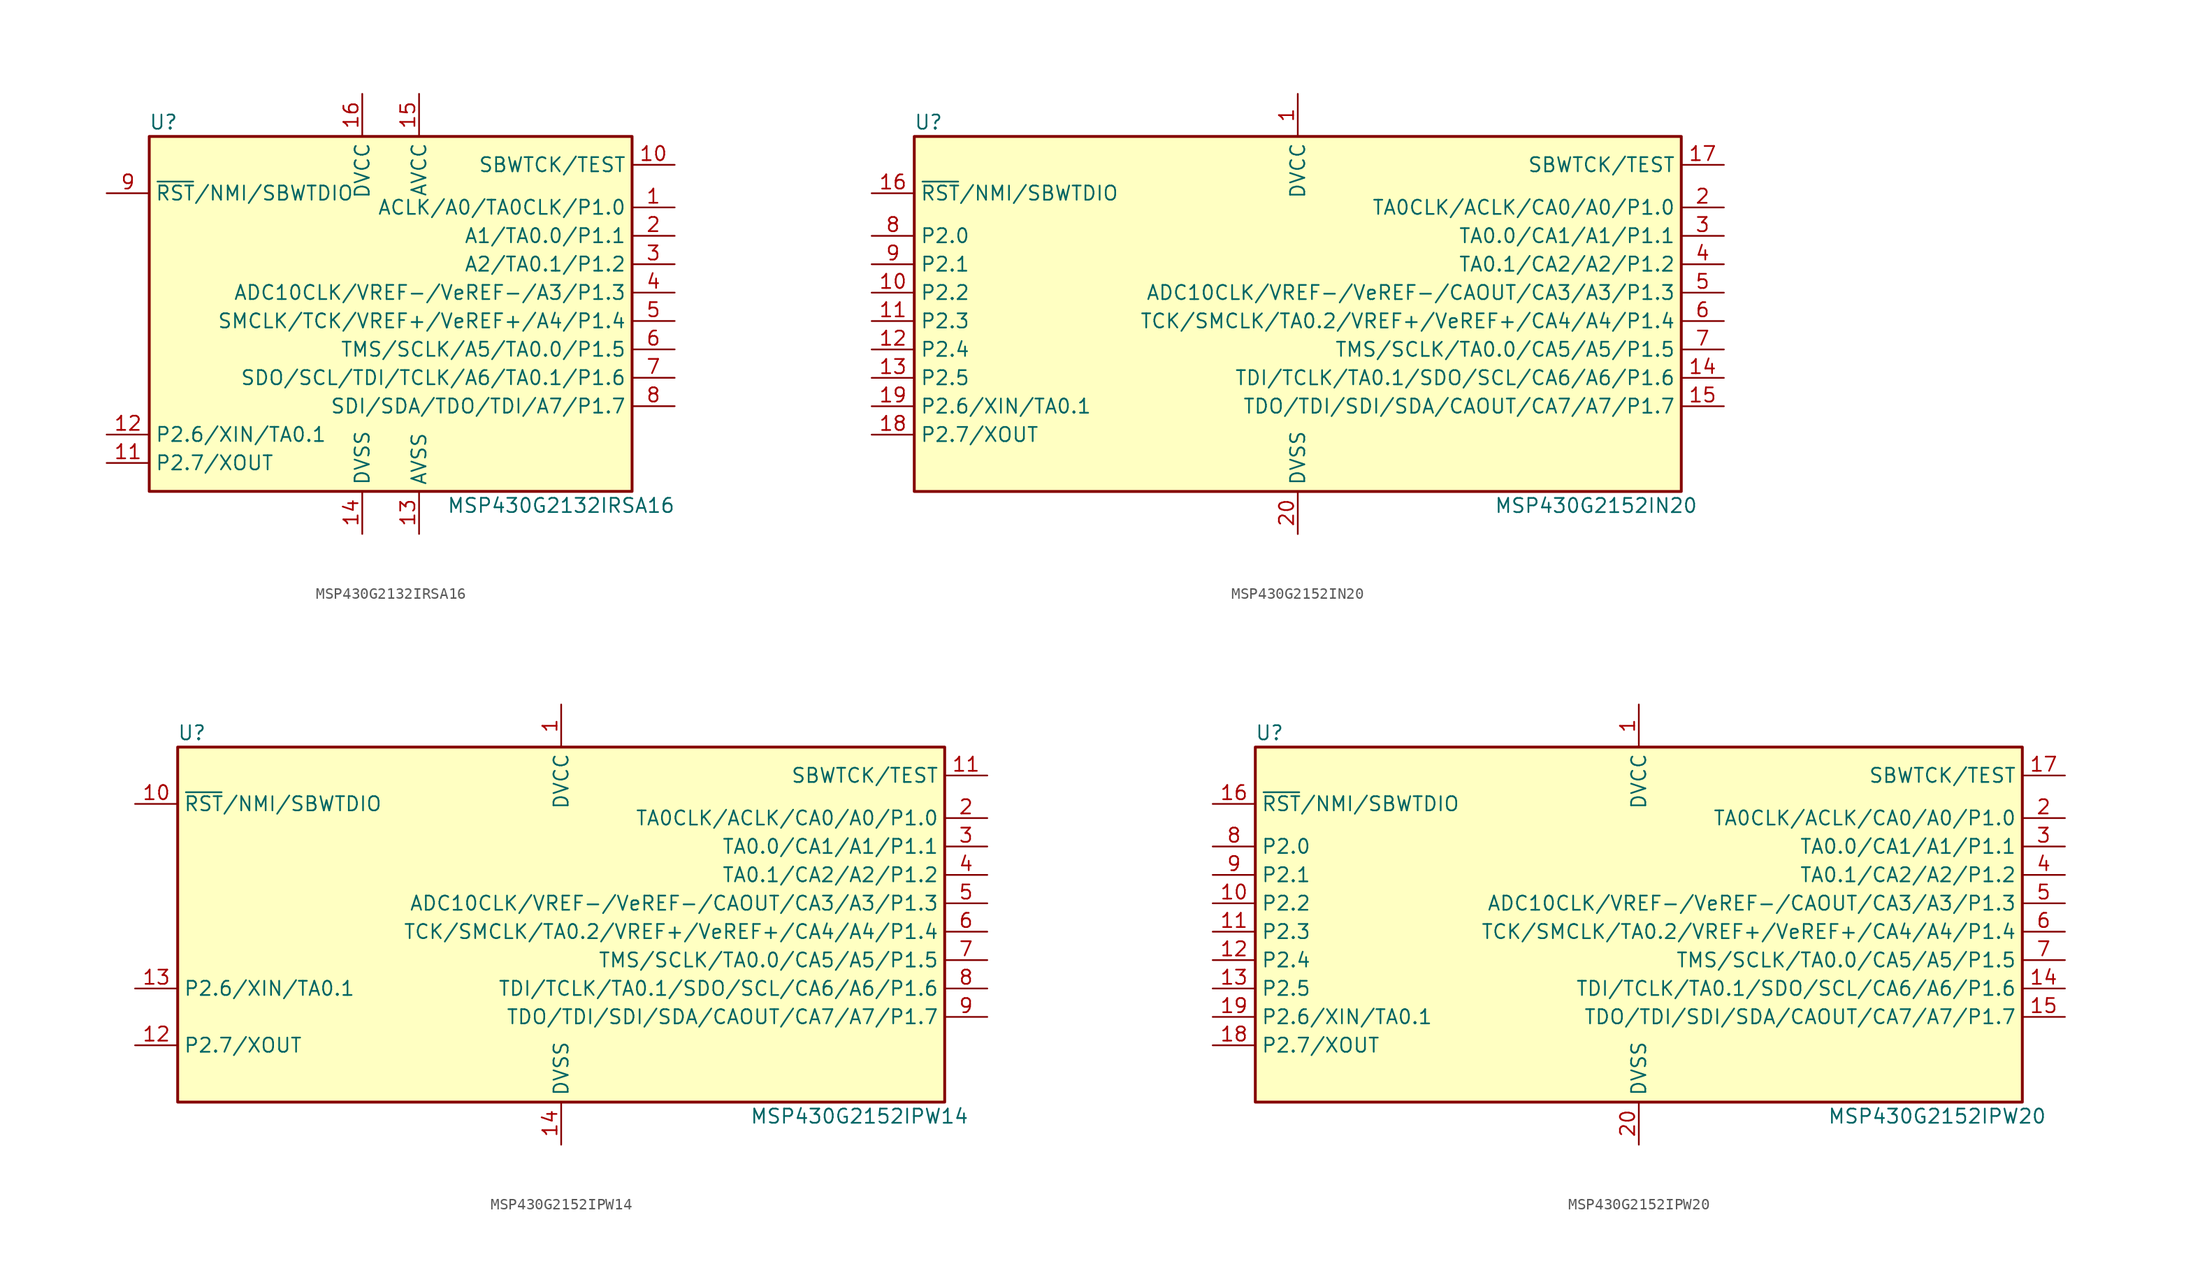
<source format=kicad_sym>
(kicad_symbol_lib
  (version 20201005)
  (generator kicad_symbol_editor)
  (symbol "MCU_Texas_MSP430:MSP430G2132IRSA16"
    (property "Reference" "U"
      (at -20.32 17.78 0)
      (effects (font (size 1.27 1.27))))
    (property "Value" "MSP430G2132IRSA16"
      (at 15.24 -16.51 0)
      (effects (font (size 1.27 1.27))))
    (symbol "MSP430G2132IRSA16_0_1"
      (rectangle (start -21.59 16.51) (end 21.59 -15.24) (stroke (width 0.254)) (fill (type background))))
    (symbol "MSP430G2132IRSA16_1_1"
      (pin bidirectional line (at 25.4 10.16 180) (length 3.81) (name "ACLK/A0/TA0CLK/P1.0" (effects (font (size 1.27 1.27)))) (number "1" (effects (font (size 1.27 1.27)))))
      (pin input line (at 25.4 13.97 180) (length 3.81) (name "SBWTCK/TEST" (effects (font (size 1.27 1.27)))) (number "10" (effects (font (size 1.27 1.27)))))
      (pin bidirectional line (at -25.4 -12.7 0) (length 3.81) (name "P2.7/XOUT" (effects (font (size 1.27 1.27)))) (number "11" (effects (font (size 1.27 1.27)))))
      (pin bidirectional line (at -25.4 -10.16 0) (length 3.81) (name "P2.6/XIN/TA0.1" (effects (font (size 1.27 1.27)))) (number "12" (effects (font (size 1.27 1.27)))))
      (pin power_in line (at 2.54 -19.05 90) (length 3.81) (name "AVSS" (effects (font (size 1.27 1.27)))) (number "13" (effects (font (size 1.27 1.27)))))
      (pin power_in line (at -2.54 -19.05 90) (length 3.81) (name "DVSS" (effects (font (size 1.27 1.27)))) (number "14" (effects (font (size 1.27 1.27)))))
      (pin power_in line (at 2.54 20.32 270) (length 3.81) (name "AVCC" (effects (font (size 1.27 1.27)))) (number "15" (effects (font (size 1.27 1.27)))))
      (pin power_in line (at -2.54 20.32 270) (length 3.81) (name "DVCC" (effects (font (size 1.27 1.27)))) (number "16" (effects (font (size 1.27 1.27)))))
      (pin bidirectional line (at 25.4 7.62 180) (length 3.81) (name "A1/TA0.0/P1.1" (effects (font (size 1.27 1.27)))) (number "2" (effects (font (size 1.27 1.27)))))
      (pin bidirectional line (at 25.4 5.08 180) (length 3.81) (name "A2/TA0.1/P1.2" (effects (font (size 1.27 1.27)))) (number "3" (effects (font (size 1.27 1.27)))))
      (pin bidirectional line (at 25.4 2.54 180) (length 3.81) (name "ADC10CLK/VREF-/VeREF-/A3/P1.3" (effects (font (size 1.27 1.27)))) (number "4" (effects (font (size 1.27 1.27)))))
      (pin bidirectional line (at 25.4 0 180) (length 3.81) (name "SMCLK/TCK/VREF+/VeREF+/A4/P1.4" (effects (font (size 1.27 1.27)))) (number "5" (effects (font (size 1.27 1.27)))))
      (pin bidirectional line (at 25.4 -2.54 180) (length 3.81) (name "TMS/SCLK/A5/TA0.0/P1.5" (effects (font (size 1.27 1.27)))) (number "6" (effects (font (size 1.27 1.27)))))
      (pin bidirectional line (at 25.4 -5.08 180) (length 3.81) (name "SDO/SCL/TDI/TCLK/A6/TA0.1/P1.6" (effects (font (size 1.27 1.27)))) (number "7" (effects (font (size 1.27 1.27)))))
      (pin bidirectional line (at 25.4 -7.62 180) (length 3.81) (name "SDI/SDA/TDO/TDI/A7/P1.7" (effects (font (size 1.27 1.27)))) (number "8" (effects (font (size 1.27 1.27)))))
      (pin input line (at -25.4 11.43 0) (length 3.81) (name "~RST~/NMI/SBWTDIO" (effects (font (size 1.27 1.27)))) (number "9" (effects (font (size 1.27 1.27)))))))
  (symbol "MCU_Texas_MSP430:MSP430G2152IN20"
    (property "Reference" "U"
      (at -33.02 17.78 0)
      (effects (font (size 1.27 1.27))))
    (property "Value" "MSP430G2152IN20"
      (at 26.67 -16.51 0)
      (effects (font (size 1.27 1.27))))
    (symbol "MSP430G2152IN20_0_1"
      (rectangle (start -34.29 16.51) (end 34.29 -15.24) (stroke (width 0.254)) (fill (type background))))
    (symbol "MSP430G2152IN20_1_1"
      (pin power_in line (at 0 20.32 270) (length 3.81) (name "DVCC" (effects (font (size 1.27 1.27)))) (number "1" (effects (font (size 1.27 1.27)))))
      (pin bidirectional line (at -38.1 2.54 0) (length 3.81) (name "P2.2" (effects (font (size 1.27 1.27)))) (number "10" (effects (font (size 1.27 1.27)))))
      (pin bidirectional line (at -38.1 0 0) (length 3.81) (name "P2.3" (effects (font (size 1.27 1.27)))) (number "11" (effects (font (size 1.27 1.27)))))
      (pin bidirectional line (at -38.1 -2.54 0) (length 3.81) (name "P2.4" (effects (font (size 1.27 1.27)))) (number "12" (effects (font (size 1.27 1.27)))))
      (pin bidirectional line (at -38.1 -5.08 0) (length 3.81) (name "P2.5" (effects (font (size 1.27 1.27)))) (number "13" (effects (font (size 1.27 1.27)))))
      (pin bidirectional line (at 38.1 -5.08 180) (length 3.81) (name "TDI/TCLK/TA0.1/SDO/SCL/CA6/A6/P1.6" (effects (font (size 1.27 1.27)))) (number "14" (effects (font (size 1.27 1.27)))))
      (pin bidirectional line (at 38.1 -7.62 180) (length 3.81) (name "TDO/TDI/SDI/SDA/CAOUT/CA7/A7/P1.7" (effects (font (size 1.27 1.27)))) (number "15" (effects (font (size 1.27 1.27)))))
      (pin input line (at -38.1 11.43 0) (length 3.81) (name "~RST~/NMI/SBWTDIO" (effects (font (size 1.27 1.27)))) (number "16" (effects (font (size 1.27 1.27)))))
      (pin input line (at 38.1 13.97 180) (length 3.81) (name "SBWTCK/TEST" (effects (font (size 1.27 1.27)))) (number "17" (effects (font (size 1.27 1.27)))))
      (pin bidirectional line (at -38.1 -10.16 0) (length 3.81) (name "P2.7/XOUT" (effects (font (size 1.27 1.27)))) (number "18" (effects (font (size 1.27 1.27)))))
      (pin bidirectional line (at -38.1 -7.62 0) (length 3.81) (name "P2.6/XIN/TA0.1" (effects (font (size 1.27 1.27)))) (number "19" (effects (font (size 1.27 1.27)))))
      (pin bidirectional line (at 38.1 10.16 180) (length 3.81) (name "TA0CLK/ACLK/CA0/A0/P1.0" (effects (font (size 1.27 1.27)))) (number "2" (effects (font (size 1.27 1.27)))))
      (pin power_in line (at 0 -19.05 90) (length 3.81) (name "DVSS" (effects (font (size 1.27 1.27)))) (number "20" (effects (font (size 1.27 1.27)))))
      (pin bidirectional line (at 38.1 7.62 180) (length 3.81) (name "TA0.0/CA1/A1/P1.1" (effects (font (size 1.27 1.27)))) (number "3" (effects (font (size 1.27 1.27)))))
      (pin bidirectional line (at 38.1 5.08 180) (length 3.81) (name "TA0.1/CA2/A2/P1.2" (effects (font (size 1.27 1.27)))) (number "4" (effects (font (size 1.27 1.27)))))
      (pin bidirectional line (at 38.1 2.54 180) (length 3.81) (name "ADC10CLK/VREF-/VeREF-/CAOUT/CA3/A3/P1.3" (effects (font (size 1.27 1.27)))) (number "5" (effects (font (size 1.27 1.27)))))
      (pin bidirectional line (at 38.1 0 180) (length 3.81) (name "TCK/SMCLK/TA0.2/VREF+/VeREF+/CA4/A4/P1.4" (effects (font (size 1.27 1.27)))) (number "6" (effects (font (size 1.27 1.27)))))
      (pin bidirectional line (at 38.1 -2.54 180) (length 3.81) (name "TMS/SCLK/TA0.0/CA5/A5/P1.5" (effects (font (size 1.27 1.27)))) (number "7" (effects (font (size 1.27 1.27)))))
      (pin bidirectional line (at -38.1 7.62 0) (length 3.81) (name "P2.0" (effects (font (size 1.27 1.27)))) (number "8" (effects (font (size 1.27 1.27)))))
      (pin bidirectional line (at -38.1 5.08 0) (length 3.81) (name "P2.1" (effects (font (size 1.27 1.27)))) (number "9" (effects (font (size 1.27 1.27)))))))
  (symbol "MCU_Texas_MSP430:MSP430G2152IPW14"
    (property "Reference" "U"
      (at -33.02 17.78 0)
      (effects (font (size 1.27 1.27))))
    (property "Value" "MSP430G2152IPW14"
      (at 26.67 -16.51 0)
      (effects (font (size 1.27 1.27))))
    (symbol "MSP430G2152IPW14_0_1"
      (rectangle (start -34.29 16.51) (end 34.29 -15.24) (stroke (width 0.254)) (fill (type background))))
    (symbol "MSP430G2152IPW14_1_1"
      (pin power_in line (at 0 20.32 270) (length 3.81) (name "DVCC" (effects (font (size 1.27 1.27)))) (number "1" (effects (font (size 1.27 1.27)))))
      (pin input line (at -38.1 11.43 0) (length 3.81) (name "~RST~/NMI/SBWTDIO" (effects (font (size 1.27 1.27)))) (number "10" (effects (font (size 1.27 1.27)))))
      (pin input line (at 38.1 13.97 180) (length 3.81) (name "SBWTCK/TEST" (effects (font (size 1.27 1.27)))) (number "11" (effects (font (size 1.27 1.27)))))
      (pin bidirectional line (at -38.1 -10.16 0) (length 3.81) (name "P2.7/XOUT" (effects (font (size 1.27 1.27)))) (number "12" (effects (font (size 1.27 1.27)))))
      (pin bidirectional line (at -38.1 -5.08 0) (length 3.81) (name "P2.6/XIN/TA0.1" (effects (font (size 1.27 1.27)))) (number "13" (effects (font (size 1.27 1.27)))))
      (pin power_in line (at 0 -19.05 90) (length 3.81) (name "DVSS" (effects (font (size 1.27 1.27)))) (number "14" (effects (font (size 1.27 1.27)))))
      (pin bidirectional line (at 38.1 10.16 180) (length 3.81) (name "TA0CLK/ACLK/CA0/A0/P1.0" (effects (font (size 1.27 1.27)))) (number "2" (effects (font (size 1.27 1.27)))))
      (pin bidirectional line (at 38.1 7.62 180) (length 3.81) (name "TA0.0/CA1/A1/P1.1" (effects (font (size 1.27 1.27)))) (number "3" (effects (font (size 1.27 1.27)))))
      (pin bidirectional line (at 38.1 5.08 180) (length 3.81) (name "TA0.1/CA2/A2/P1.2" (effects (font (size 1.27 1.27)))) (number "4" (effects (font (size 1.27 1.27)))))
      (pin bidirectional line (at 38.1 2.54 180) (length 3.81) (name "ADC10CLK/VREF-/VeREF-/CAOUT/CA3/A3/P1.3" (effects (font (size 1.27 1.27)))) (number "5" (effects (font (size 1.27 1.27)))))
      (pin bidirectional line (at 38.1 0 180) (length 3.81) (name "TCK/SMCLK/TA0.2/VREF+/VeREF+/CA4/A4/P1.4" (effects (font (size 1.27 1.27)))) (number "6" (effects (font (size 1.27 1.27)))))
      (pin bidirectional line (at 38.1 -2.54 180) (length 3.81) (name "TMS/SCLK/TA0.0/CA5/A5/P1.5" (effects (font (size 1.27 1.27)))) (number "7" (effects (font (size 1.27 1.27)))))
      (pin bidirectional line (at 38.1 -5.08 180) (length 3.81) (name "TDI/TCLK/TA0.1/SDO/SCL/CA6/A6/P1.6" (effects (font (size 1.27 1.27)))) (number "8" (effects (font (size 1.27 1.27)))))
      (pin bidirectional line (at 38.1 -7.62 180) (length 3.81) (name "TDO/TDI/SDI/SDA/CAOUT/CA7/A7/P1.7" (effects (font (size 1.27 1.27)))) (number "9" (effects (font (size 1.27 1.27)))))))
  (symbol "MCU_Texas_MSP430:MSP430G2152IPW20"
    (property "Reference" "U"
      (at -33.02 17.78 0)
      (effects (font (size 1.27 1.27))))
    (property "Value" "MSP430G2152IPW20"
      (at 26.67 -16.51 0)
      (effects (font (size 1.27 1.27))))
    (symbol "MSP430G2152IPW20_0_1"
      (rectangle (start -34.29 16.51) (end 34.29 -15.24) (stroke (width 0.254)) (fill (type background))))
    (symbol "MSP430G2152IPW20_1_1"
      (pin power_in line (at 0 20.32 270) (length 3.81) (name "DVCC" (effects (font (size 1.27 1.27)))) (number "1" (effects (font (size 1.27 1.27)))))
      (pin bidirectional line (at -38.1 2.54 0) (length 3.81) (name "P2.2" (effects (font (size 1.27 1.27)))) (number "10" (effects (font (size 1.27 1.27)))))
      (pin bidirectional line (at -38.1 0 0) (length 3.81) (name "P2.3" (effects (font (size 1.27 1.27)))) (number "11" (effects (font (size 1.27 1.27)))))
      (pin bidirectional line (at -38.1 -2.54 0) (length 3.81) (name "P2.4" (effects (font (size 1.27 1.27)))) (number "12" (effects (font (size 1.27 1.27)))))
      (pin bidirectional line (at -38.1 -5.08 0) (length 3.81) (name "P2.5" (effects (font (size 1.27 1.27)))) (number "13" (effects (font (size 1.27 1.27)))))
      (pin bidirectional line (at 38.1 -5.08 180) (length 3.81) (name "TDI/TCLK/TA0.1/SDO/SCL/CA6/A6/P1.6" (effects (font (size 1.27 1.27)))) (number "14" (effects (font (size 1.27 1.27)))))
      (pin bidirectional line (at 38.1 -7.62 180) (length 3.81) (name "TDO/TDI/SDI/SDA/CAOUT/CA7/A7/P1.7" (effects (font (size 1.27 1.27)))) (number "15" (effects (font (size 1.27 1.27)))))
      (pin input line (at -38.1 11.43 0) (length 3.81) (name "~RST~/NMI/SBWTDIO" (effects (font (size 1.27 1.27)))) (number "16" (effects (font (size 1.27 1.27)))))
      (pin input line (at 38.1 13.97 180) (length 3.81) (name "SBWTCK/TEST" (effects (font (size 1.27 1.27)))) (number "17" (effects (font (size 1.27 1.27)))))
      (pin bidirectional line (at -38.1 -10.16 0) (length 3.81) (name "P2.7/XOUT" (effects (font (size 1.27 1.27)))) (number "18" (effects (font (size 1.27 1.27)))))
      (pin bidirectional line (at -38.1 -7.62 0) (length 3.81) (name "P2.6/XIN/TA0.1" (effects (font (size 1.27 1.27)))) (number "19" (effects (font (size 1.27 1.27)))))
      (pin bidirectional line (at 38.1 10.16 180) (length 3.81) (name "TA0CLK/ACLK/CA0/A0/P1.0" (effects (font (size 1.27 1.27)))) (number "2" (effects (font (size 1.27 1.27)))))
      (pin power_in line (at 0 -19.05 90) (length 3.81) (name "DVSS" (effects (font (size 1.27 1.27)))) (number "20" (effects (font (size 1.27 1.27)))))
      (pin bidirectional line (at 38.1 7.62 180) (length 3.81) (name "TA0.0/CA1/A1/P1.1" (effects (font (size 1.27 1.27)))) (number "3" (effects (font (size 1.27 1.27)))))
      (pin bidirectional line (at 38.1 5.08 180) (length 3.81) (name "TA0.1/CA2/A2/P1.2" (effects (font (size 1.27 1.27)))) (number "4" (effects (font (size 1.27 1.27)))))
      (pin bidirectional line (at 38.1 2.54 180) (length 3.81) (name "ADC10CLK/VREF-/VeREF-/CAOUT/CA3/A3/P1.3" (effects (font (size 1.27 1.27)))) (number "5" (effects (font (size 1.27 1.27)))))
      (pin bidirectional line (at 38.1 0 180) (length 3.81) (name "TCK/SMCLK/TA0.2/VREF+/VeREF+/CA4/A4/P1.4" (effects (font (size 1.27 1.27)))) (number "6" (effects (font (size 1.27 1.27)))))
      (pin bidirectional line (at 38.1 -2.54 180) (length 3.81) (name "TMS/SCLK/TA0.0/CA5/A5/P1.5" (effects (font (size 1.27 1.27)))) (number "7" (effects (font (size 1.27 1.27)))))
      (pin bidirectional line (at -38.1 7.62 0) (length 3.81) (name "P2.0" (effects (font (size 1.27 1.27)))) (number "8" (effects (font (size 1.27 1.27)))))
      (pin bidirectional line (at -38.1 5.08 0) (length 3.81) (name "P2.1" (effects (font (size 1.27 1.27)))) (number "9" (effects (font (size 1.27 1.27))))))))
</source>
